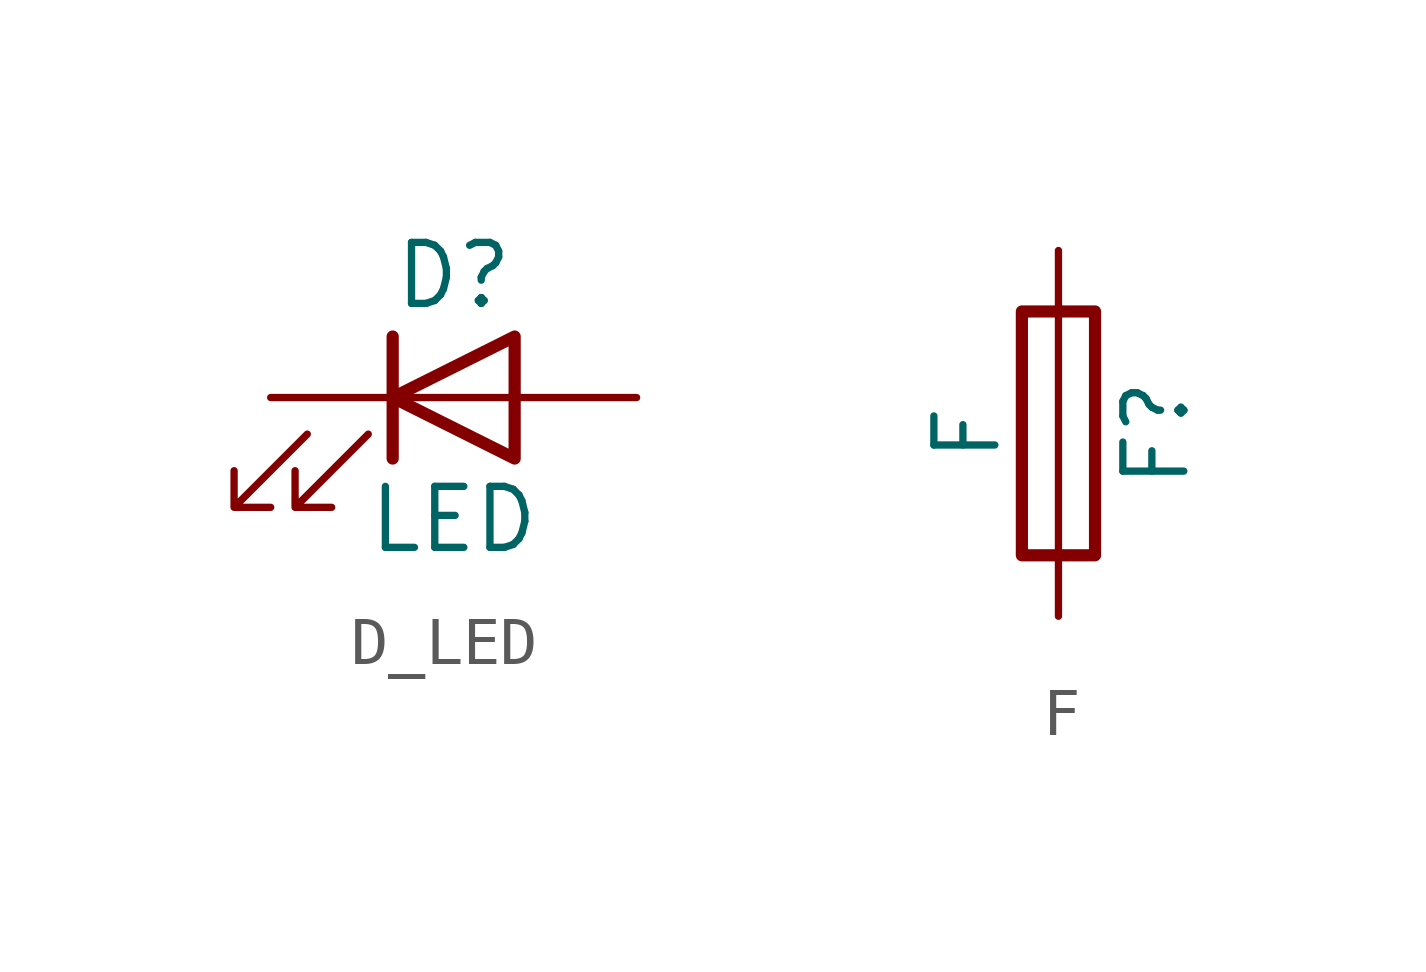
<source format=kicad_sym>
(kicad_symbol_lib
  (version 20241209)
  (generator symbol2library)
  (symbol "D_LED"
    (pin_numbers
      (hide yes))
    (pin_names
      (offset 1.016)
      (hide yes))
    (property "Reference" "D"
      (at 0 2.54 0)
      (effects (font (size 1.27 1.27))))
    (property "Value" "LED"
      (at 0 -2.54 0)
      (effects (font (size 1.27 1.27))))
    (symbol "D_LED_0_1"
      (polyline (pts (xy -3.048 -0.762) (xy -4.572 -2.286) (xy -3.81 -2.286) (xy -4.572 -2.286) (xy -4.572 -1.524)) (stroke (width 0) (type default)) (fill (type none)))
      (polyline (pts (xy -1.778 -0.762) (xy -3.302 -2.286) (xy -2.54 -2.286) (xy -3.302 -2.286) (xy -3.302 -1.524)) (stroke (width 0) (type default)) (fill (type none)))
      (polyline (pts (xy -1.27 0) (xy 1.27 0)) (stroke (width 0) (type default)) (fill (type none)))
      (polyline (pts (xy -1.27 -1.27) (xy -1.27 1.27)) (stroke (width 0.254) (type default)) (fill (type none)))
      (polyline (pts (xy 1.27 -1.27) (xy 1.27 1.27) (xy -1.27 0) (xy 1.27 -1.27)) (stroke (width 0.254) (type default)) (fill (type none))))
    (symbol "D_LED_1_1"
      (pin passive line (at -3.81 0 0) (length 2.54) (name "K" (effects (font (size 1.27 1.27)))) (number "1" (effects (font (size 1.27 1.27)))))
      (pin passive line (at 3.81 0 180) (length 2.54) (name "A" (effects (font (size 1.27 1.27)))) (number "2" (effects (font (size 1.27 1.27)))))))
  (symbol "F"
    (pin_numbers
      (hide yes))
    (pin_names
      (offset 0))
    (property "Reference" "F"
      (at 2.032 0 90)
      (effects (font (size 1.27 1.27))))
    (property "Value" "F"
      (at -1.905 0 90)
      (effects (font (size 1.27 1.27))))
    (symbol "F_0_1"
      (rectangle (start -0.762 -2.54) (end 0.762 2.54) (stroke (width 0.254) (type default)) (fill (type none)))
      (polyline (pts (xy 0 2.54) (xy 0 -2.54)) (stroke (width 0) (type default)) (fill (type none))))
    (symbol "F_1_1"
      (pin passive line (at 0 3.81 270) (length 1.27) (name "~" (effects (font (size 1.27 1.27)))) (number "1" (effects (font (size 1.27 1.27)))))
      (pin passive line (at 0 -3.81 90) (length 1.27) (name "~" (effects (font (size 1.27 1.27)))) (number "2" (effects (font (size 1.27 1.27))))))))
</source>
